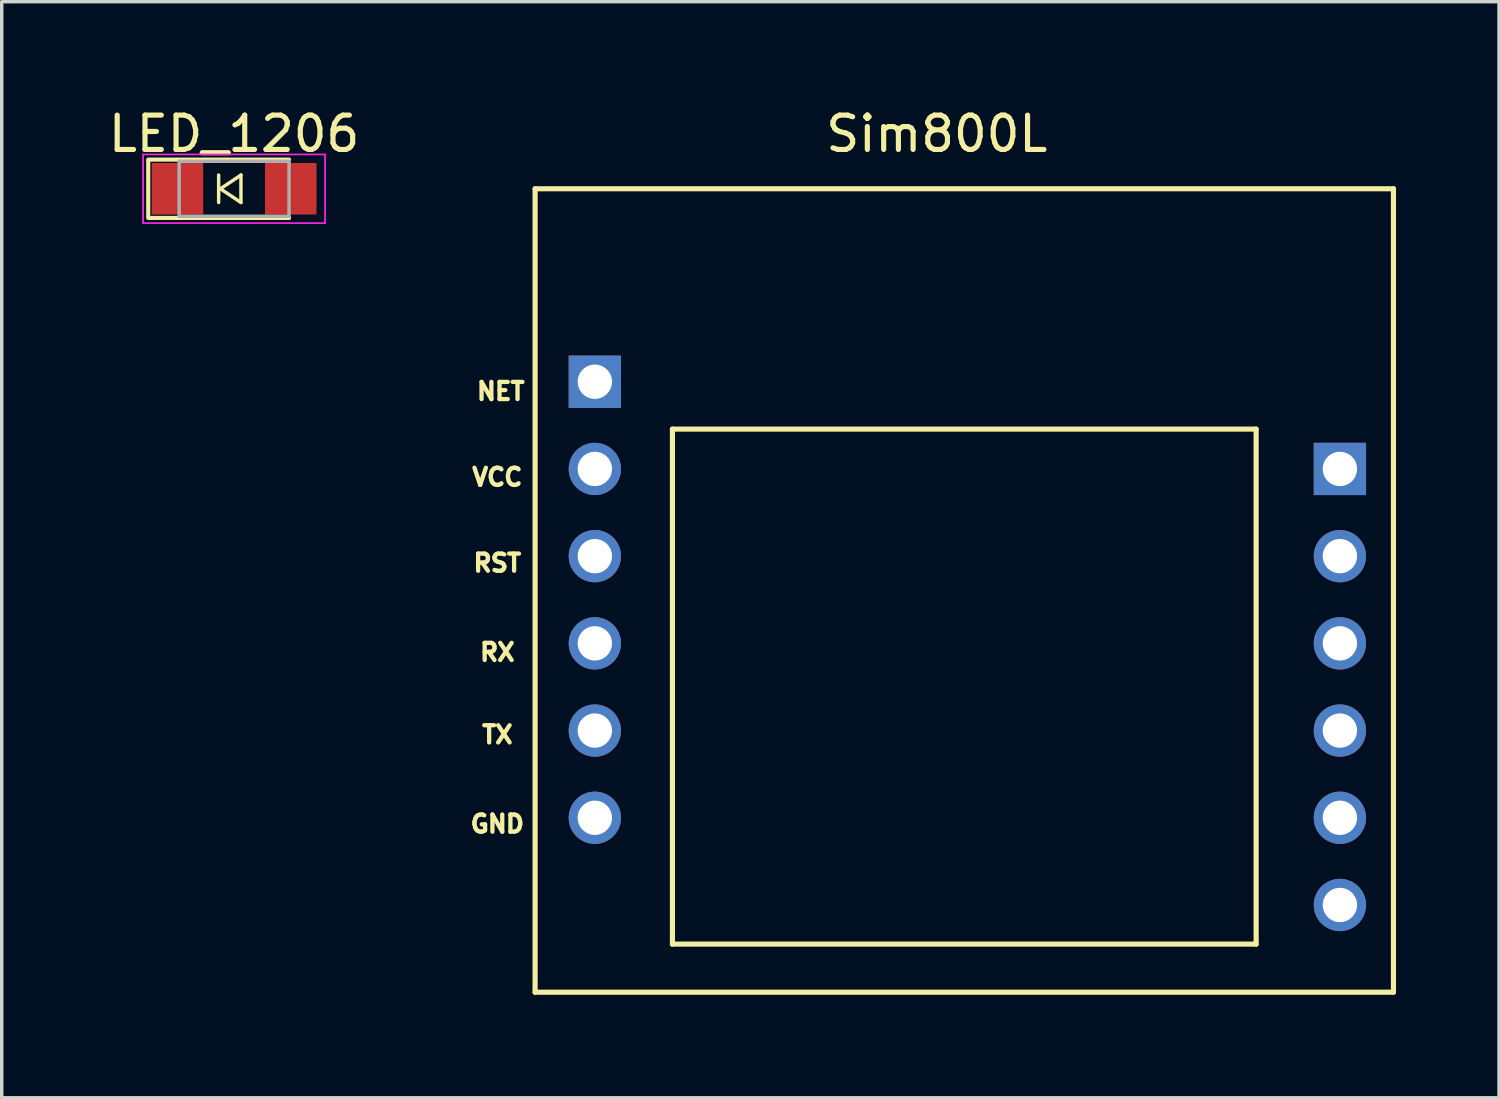
<source format=kicad_pcb>
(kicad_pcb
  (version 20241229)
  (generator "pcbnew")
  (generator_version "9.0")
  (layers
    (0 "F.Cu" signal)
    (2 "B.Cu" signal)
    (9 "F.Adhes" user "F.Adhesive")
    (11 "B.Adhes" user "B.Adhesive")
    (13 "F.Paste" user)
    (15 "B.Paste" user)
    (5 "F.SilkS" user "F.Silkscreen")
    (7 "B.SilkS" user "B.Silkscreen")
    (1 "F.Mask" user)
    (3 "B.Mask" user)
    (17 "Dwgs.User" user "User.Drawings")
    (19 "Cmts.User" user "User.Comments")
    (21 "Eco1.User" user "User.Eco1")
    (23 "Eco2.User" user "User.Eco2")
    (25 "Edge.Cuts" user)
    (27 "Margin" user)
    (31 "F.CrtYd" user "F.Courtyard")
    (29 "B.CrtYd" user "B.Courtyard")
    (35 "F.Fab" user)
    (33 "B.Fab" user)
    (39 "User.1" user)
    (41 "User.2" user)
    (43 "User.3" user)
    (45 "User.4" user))
  (footprint "Sim800L"
    (layer "F.Cu")
    (at 12.535 2.448)
    (property "Reference" "Sim800L" (at 11.7 -1.6 0) (layer "F.SilkS") (effects (font (size 1 1) (thickness 0.15))))
    (attr through_hole)
    (fp_line (start 0 0) (end 0 23.4) (stroke (width 0.15) (type solid)) (layer "F.SilkS"))
    (fp_line (start 0 23.4) (end 25 23.4) (stroke (width 0.15) (type solid)) (layer "F.SilkS"))
    (fp_line (start 4 7) (end 4 22) (stroke (width 0.15) (type solid)) (layer "F.SilkS"))
    (fp_line (start 4 22) (end 21 22) (stroke (width 0.15) (type solid)) (layer "F.SilkS"))
    (fp_line (start 21 7) (end 4 7) (stroke (width 0.15) (type solid)) (layer "F.SilkS"))
    (fp_line (start 21 22) (end 21 7) (stroke (width 0.15) (type solid)) (layer "F.SilkS"))
    (fp_line (start 25 0) (end 0 0) (stroke (width 0.15) (type solid)) (layer "F.SilkS"))
    (fp_line (start 25 23.4) (end 25 0) (stroke (width 0.15) (type solid)) (layer "F.SilkS"))
    (fp_text user "TX" (at -1.1 15.9 0) (layer "F.SilkS") (effects (font (size 0.5 0.5) (thickness 0.125))))
    (fp_text user "RX" (at -1.1 13.5 0) (layer "F.SilkS") (effects (font (size 0.5 0.5) (thickness 0.125))))
    (fp_text user "NET" (at -1 5.9 0) (layer "F.SilkS") (effects (font (size 0.5 0.5) (thickness 0.125))))
    (fp_text user "GND" (at -1.1 18.5 0) (layer "F.SilkS") (effects (font (size 0.5 0.5) (thickness 0.125))))
    (fp_text user "RST" (at -1.1 10.9 0) (layer "F.SilkS") (effects (font (size 0.5 0.5) (thickness 0.125))))
    (fp_text user "VCC" (at -1.1 8.4 0) (layer "F.SilkS") (effects (font (size 0.5 0.5) (thickness 0.125))))
    (pad "1" thru_hole rect (at 1.74 5.62) (size 1.524 1.524) (drill 1) (layers "*.Cu" "*.Mask"))
    (pad "2" thru_hole circle (at 1.74 8.16) (size 1.524 1.524) (drill 1) (layers "*.Cu" "*.Mask"))
    (pad "3" thru_hole circle (at 1.74 10.7) (size 1.524 1.524) (drill 1) (layers "*.Cu" "*.Mask"))
    (pad "4" thru_hole circle (at 1.74 13.24) (size 1.524 1.524) (drill 1) (layers "*.Cu" "*.Mask"))
    (pad "5" thru_hole circle (at 1.74 15.78) (size 1.524 1.524) (drill 1) (layers "*.Cu" "*.Mask"))
    (pad "6" thru_hole circle (at 1.74 18.32) (size 1.524 1.524) (drill 1) (layers "*.Cu" "*.Mask"))
    (pad "7" thru_hole rect (at 23.44 8.16) (size 1.524 1.524) (drill 1) (layers "*.Cu" "*.Mask"))
    (pad "8" thru_hole circle (at 23.44 10.7) (size 1.524 1.524) (drill 1) (layers "*.Cu" "*.Mask"))
    (pad "9" thru_hole circle (at 23.44 13.24) (size 1.524 1.524) (drill 1) (layers "*.Cu" "*.Mask"))
    (pad "10" thru_hole circle (at 23.44 15.78) (size 1.524 1.524) (drill 1) (layers "*.Cu" "*.Mask"))
    (pad "11" thru_hole circle (at 23.44 18.32) (size 1.524 1.524) (drill 1) (layers "*.Cu" "*.Mask"))
    (pad "12" thru_hole circle (at 23.44 20.86) (size 1.524 1.524) (drill 1) (layers "*.Cu" "*.Mask")))
  (footprint "LED_1206"
    (layer "F.Cu")
    (at 3.768 2.448)
    (property "Reference" "LED_1206" (at 0 -1.6 0) (layer "F.SilkS") (effects (font (size 1 1) (thickness 0.15))))
    (attr smd)
    (fp_line (start -2.5 -0.85) (end -2.5 0.85) (stroke (width 0.12) (type solid)) (layer "F.SilkS"))
    (fp_line (start -2.45 -0.85) (end 1.6 -0.85) (stroke (width 0.12) (type solid)) (layer "F.SilkS"))
    (fp_line (start -2.45 0.85) (end 1.6 0.85) (stroke (width 0.12) (type solid)) (layer "F.SilkS"))
    (fp_line (start -0.45 -0.4) (end -0.45 0.4) (stroke (width 0.1) (type solid)) (layer "F.SilkS"))
    (fp_line (start -0.4 0) (end 0.2 -0.4) (stroke (width 0.1) (type solid)) (layer "F.SilkS"))
    (fp_line (start 0.2 -0.4) (end 0.2 0.4) (stroke (width 0.1) (type solid)) (layer "F.SilkS"))
    (fp_line (start 0.2 0.4) (end -0.4 0) (stroke (width 0.1) (type solid)) (layer "F.SilkS"))
    (fp_line (start -2.65 -1) (end 2.65 -1) (stroke (width 0.05) (type solid)) (layer "F.CrtYd"))
    (fp_line (start -2.65 1) (end -2.65 -1) (stroke (width 0.05) (type solid)) (layer "F.CrtYd"))
    (fp_line (start 2.65 -1) (end 2.65 1) (stroke (width 0.05) (type solid)) (layer "F.CrtYd"))
    (fp_line (start 2.65 1) (end -2.65 1) (stroke (width 0.05) (type solid)) (layer "F.CrtYd"))
    (fp_line (start -1.6 -0.8) (end 1.6 -0.8) (stroke (width 0.1) (type solid)) (layer "F.Fab"))
    (fp_line (start -1.6 0.8) (end -1.6 -0.8) (stroke (width 0.1) (type solid)) (layer "F.Fab"))
    (fp_line (start 1.6 -0.8) (end 1.6 0.8) (stroke (width 0.1) (type solid)) (layer "F.Fab"))
    (fp_line (start 1.6 0.8) (end -1.6 0.8) (stroke (width 0.1) (type solid)) (layer "F.Fab"))
    (pad "1" smd rect (at -1.65 0 180) (size 1.5 1.5) (layers "F.Cu" "F.Mask" "F.Paste"))
    (pad "2" smd rect (at 1.65 0 180) (size 1.5 1.5) (layers "F.Cu" "F.Mask" "F.Paste")))
  (gr_rect
    (start -3 -3)
    (end 40.61 28.923)
    (stroke (width 0.1) (type default))
    (fill no)
    (layer "Edge.Cuts")))
</source>
